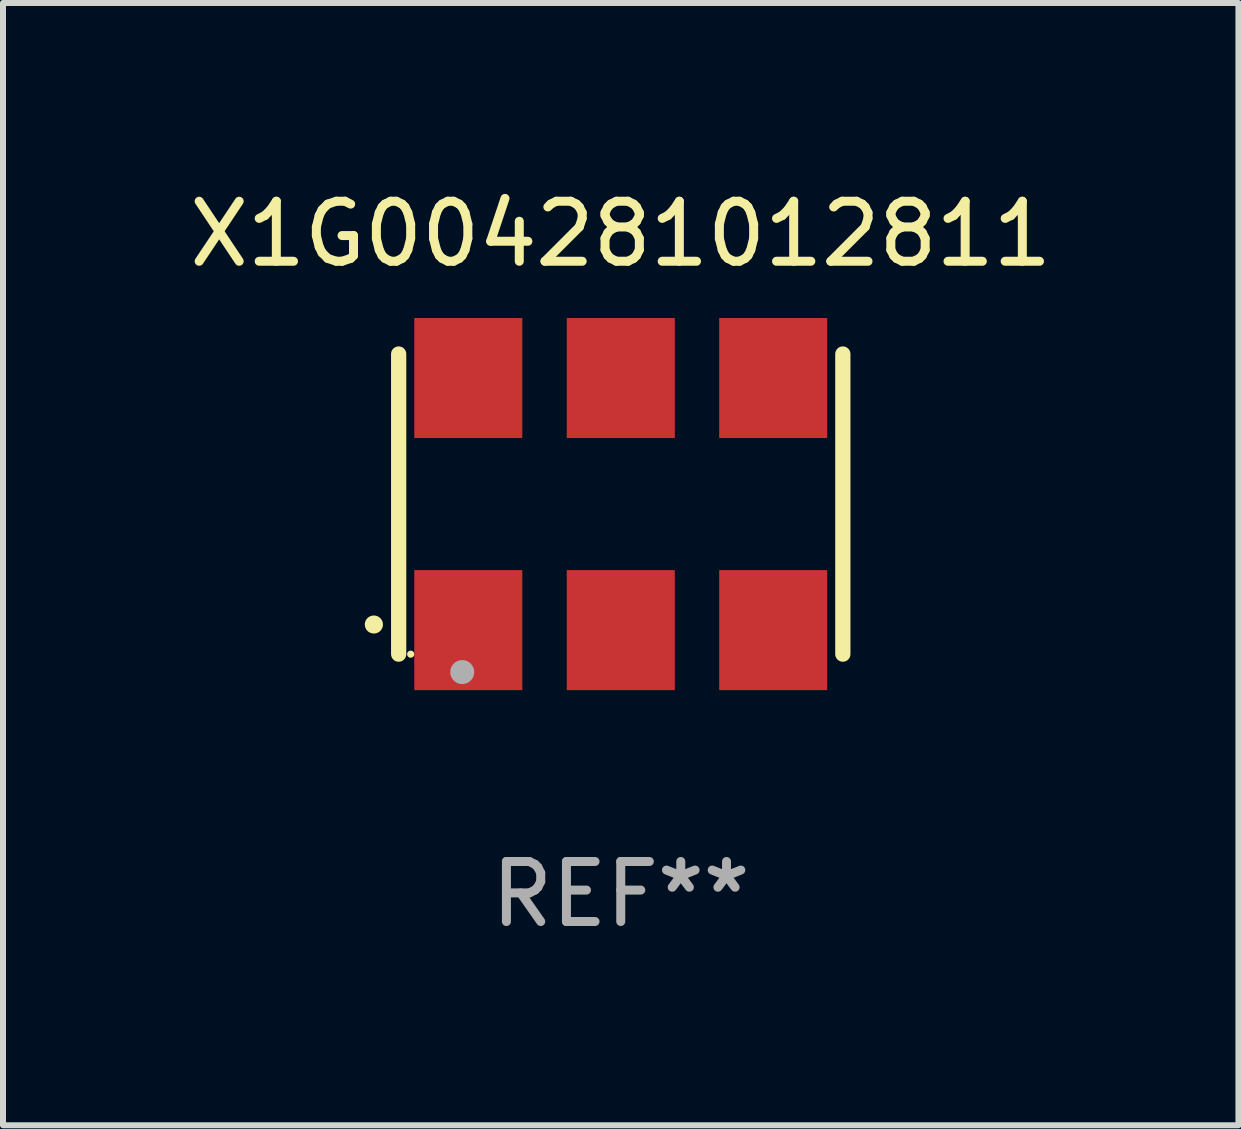
<source format=kicad_pcb>
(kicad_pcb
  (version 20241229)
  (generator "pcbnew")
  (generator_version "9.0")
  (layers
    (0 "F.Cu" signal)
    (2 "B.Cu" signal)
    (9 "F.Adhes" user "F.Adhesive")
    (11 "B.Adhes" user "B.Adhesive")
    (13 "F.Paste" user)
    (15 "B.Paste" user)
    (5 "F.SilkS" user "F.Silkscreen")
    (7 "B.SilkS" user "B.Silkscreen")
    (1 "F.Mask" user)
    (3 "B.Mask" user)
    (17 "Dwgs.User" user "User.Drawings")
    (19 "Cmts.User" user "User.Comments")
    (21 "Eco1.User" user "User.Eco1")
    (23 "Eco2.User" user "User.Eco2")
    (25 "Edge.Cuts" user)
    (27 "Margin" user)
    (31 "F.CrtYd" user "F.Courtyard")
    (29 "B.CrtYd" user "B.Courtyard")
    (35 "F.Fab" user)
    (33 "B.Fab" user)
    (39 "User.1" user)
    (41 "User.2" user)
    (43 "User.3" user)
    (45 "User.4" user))
  (footprint "X1G004281012811"
    (layer "F.Cu")
    (at 7.292 5.348)
    (property "Reference" "X1G004281012811" (at 0 -4.5 0) (layer "F.SilkS") (effects (font (size 1 1) (thickness 0.15))))
    (attr through_hole)
    (fp_line (start -3.7 -2.5) (end -3.7 2.5) (stroke (width 0.254) (type solid)) (layer "F.SilkS"))
    (fp_line (start 3.7 -2.5) (end 3.7 2.5) (stroke (width 0.254) (type solid)) (layer "F.SilkS"))
    (fp_arc (start -4.114415 2.006604) (mid -4.113145 2.006599) (end -4.111875 2.006604) (stroke (width 0.3) (type solid)) (layer "F.SilkS"))
    (fp_circle (center -3.5 2.501) (end -3.47 2.501) (stroke (width 0.06) (type solid)) (fill no) (layer "F.SilkS"))
    (fp_circle (center -2.641 2.799) (end -2.541 2.799) (stroke (width 0.2) (type solid)) (fill no) (layer "F.Fab"))
    (fp_text user "REF**" (at 0 6.5 0) (layer "F.Fab") (effects (font (size 1 1) (thickness 0.15))))
    (pad "1" smd rect (at -2.54 2.1) (size 1.8 2) (layers "F.Cu" "F.Mask" "F.Paste"))
    (pad "2" smd rect (at 0.000394 2.1) (size 1.8 2) (layers "F.Cu" "F.Mask" "F.Paste"))
    (pad "3" smd rect (at 2.54 2.1) (size 1.8 2) (layers "F.Cu" "F.Mask" "F.Paste"))
    (pad "4" smd rect (at 2.54 -2.1) (size 1.8 2) (layers "F.Cu" "F.Mask" "F.Paste"))
    (pad "5" smd rect (at 0.000394 -2.1) (size 1.8 2) (layers "F.Cu" "F.Mask" "F.Paste"))
    (pad "6" smd rect (at -2.54 -2.1) (size 1.8 2) (layers "F.Cu" "F.Mask" "F.Paste")))
  (gr_rect
    (start -3 -3)
    (end 17.583 15.697)
    (stroke (width 0.1) (type default))
    (fill no)
    (layer "Edge.Cuts")))
</source>
